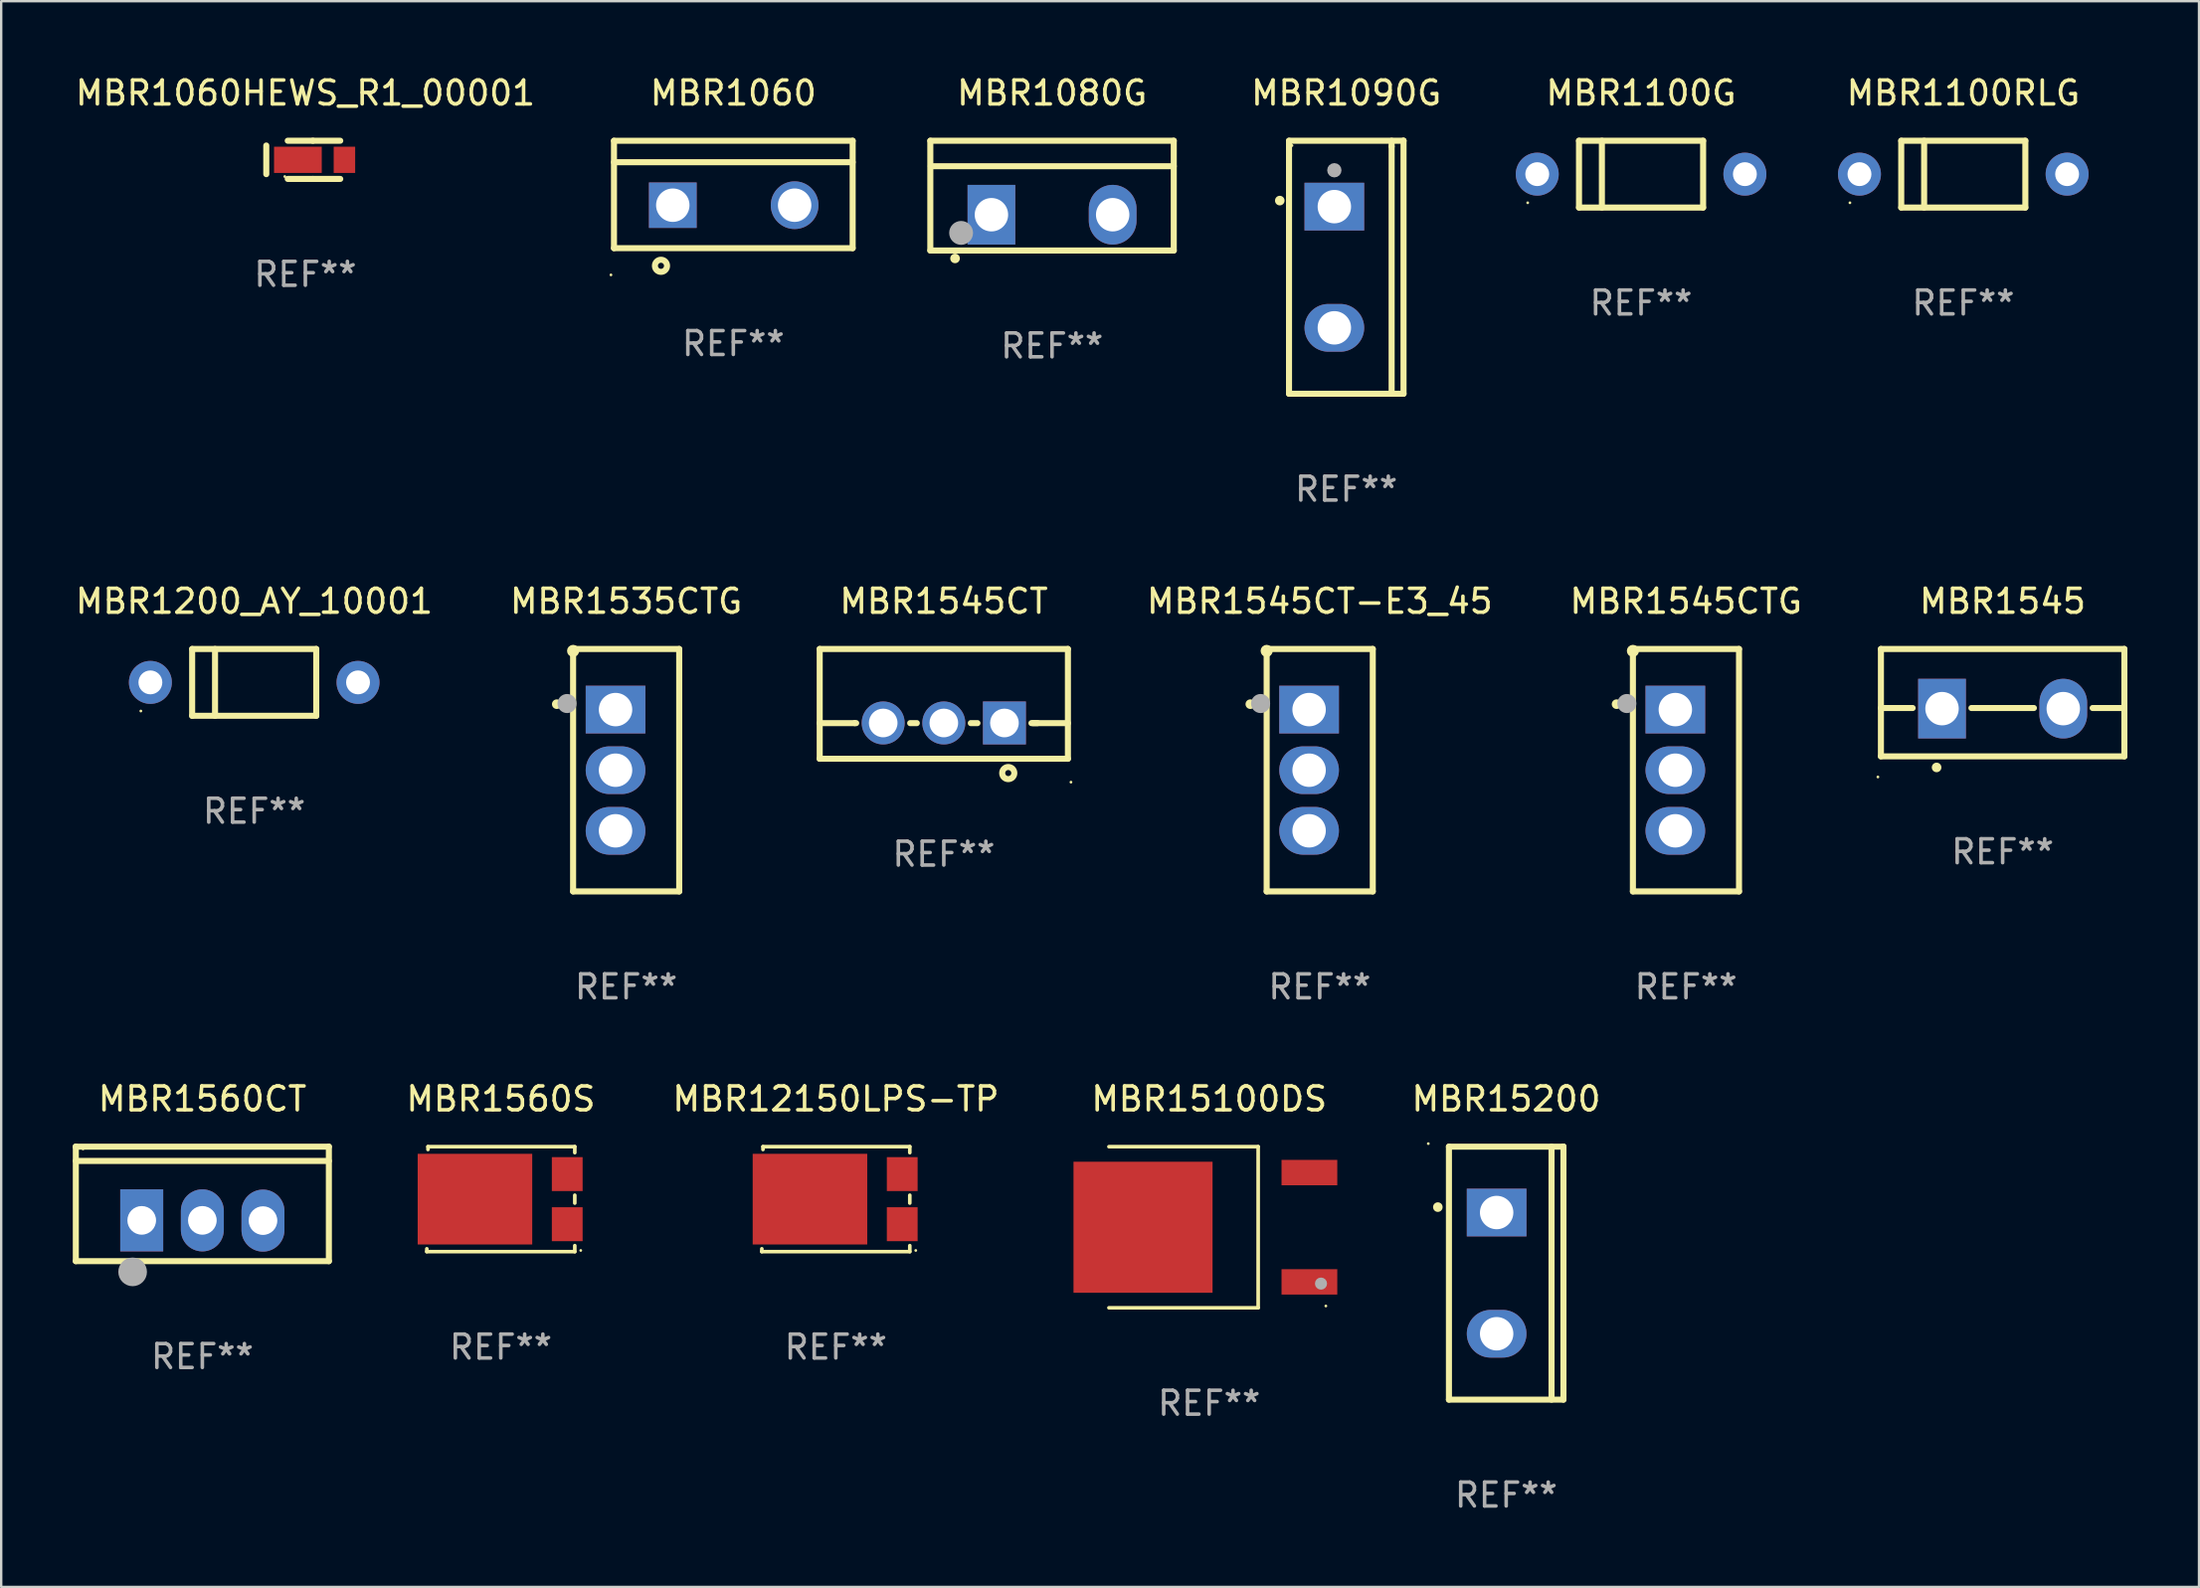
<source format=kicad_pcb>
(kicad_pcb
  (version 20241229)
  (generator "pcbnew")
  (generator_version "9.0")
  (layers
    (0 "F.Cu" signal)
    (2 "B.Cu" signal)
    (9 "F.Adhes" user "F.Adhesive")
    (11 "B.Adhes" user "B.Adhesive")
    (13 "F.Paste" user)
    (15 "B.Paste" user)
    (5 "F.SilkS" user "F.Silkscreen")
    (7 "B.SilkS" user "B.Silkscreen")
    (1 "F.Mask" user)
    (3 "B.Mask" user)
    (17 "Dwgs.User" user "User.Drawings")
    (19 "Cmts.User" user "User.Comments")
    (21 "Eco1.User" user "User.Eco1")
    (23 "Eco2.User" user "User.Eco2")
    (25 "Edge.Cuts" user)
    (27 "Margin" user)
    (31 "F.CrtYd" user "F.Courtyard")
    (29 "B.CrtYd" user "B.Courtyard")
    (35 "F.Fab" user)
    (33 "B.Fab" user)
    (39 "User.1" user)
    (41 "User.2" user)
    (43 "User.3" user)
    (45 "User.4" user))
  (footprint "MBR1060HEWS_R1_00001"
    (layer "F.Cu")
    (at 9.744 3.648)
    (property "Reference" "MBR1060HEWS_R1_00001" (at 0 -2.8 0) (layer "F.SilkS") (effects (font (size 1 1) (thickness 0.15))))
    (attr through_hole)
    (fp_line (start -1.637 -0.6) (end -1.637 0.6) (stroke (width 0.254) (type solid)) (layer "F.SilkS"))
    (fp_line (start -0.738 -0.8) (end 0.314 -0.8) (stroke (width 0.254) (type solid)) (layer "F.SilkS"))
    (fp_line (start -0.738 0.8) (end 0.314 0.8) (stroke (width 0.254) (type solid)) (layer "F.SilkS"))
    (fp_line (start 0.314 0.8) (end 1.462 0.8) (stroke (width 0.254) (type solid)) (layer "F.SilkS"))
    (fp_line (start 0.314 -0.8) (end 1.462 -0.8) (stroke (width 0.254) (type solid)) (layer "F.SilkS"))
    (fp_circle (center -0.862 0.7) (end -0.832 0.7) (stroke (width 0.06) (type solid)) (fill no) (layer "F.SilkS"))
    (fp_text user "REF**" (at 0 4.8 0) (layer "F.Fab") (effects (font (size 1 1) (thickness 0.15))))
    (pad "1" smd rect (at -0.313 -0.000064) (size 2 1.1) (layers "F.Cu" "F.Mask" "F.Paste"))
    (pad "2" smd rect (at 1.637 -0.000064) (size 0.9 1.1) (layers "F.Cu" "F.Mask" "F.Paste")))
  (footprint "MBR1545CT"
    (layer "F.Cu")
    (at 36.494 26.447)
    (property "Reference" "MBR1545CT" (at 0 -4.3 0) (layer "F.SilkS") (effects (font (size 1 1) (thickness 0.15))))
    (attr through_hole)
    (fp_line (start -5.2 -2.3) (end -5.2 2.3) (stroke (width 0.254) (type solid)) (layer "F.SilkS"))
    (fp_line (start -5.2 -2.3) (end 5.2 -2.3) (stroke (width 0.254) (type solid)) (layer "F.SilkS"))
    (fp_line (start -5.2 0.807) (end -3.731 0.807) (stroke (width 0.254) (type solid)) (layer "F.SilkS"))
    (fp_line (start -5.2 2.3) (end 5.2 2.3) (stroke (width 0.254) (type solid)) (layer "F.SilkS"))
    (fp_line (start -3.731 0.807) (end -3.671 0.807) (stroke (width 0.254) (type solid)) (layer "F.SilkS"))
    (fp_line (start -1.409 0.807) (end -1.131 0.807) (stroke (width 0.254) (type solid)) (layer "F.SilkS"))
    (fp_line (start 1.131 0.807) (end 1.409 0.807) (stroke (width 0.254) (type solid)) (layer "F.SilkS"))
    (fp_line (start 3.671 0.807) (end 3.926 0.807) (stroke (width 0.254) (type solid)) (layer "F.SilkS"))
    (fp_line (start 3.731 0.807) (end 5.2 0.807) (stroke (width 0.254) (type solid)) (layer "F.SilkS"))
    (fp_line (start 5.2 -2.3) (end 5.2 2.3) (stroke (width 0.254) (type solid)) (layer "F.SilkS"))
    (fp_circle (center 2.7 2.9) (end 2.954 2.9) (stroke (width 0.254) (type solid)) (fill no) (layer "F.SilkS"))
    (fp_circle (center 5.327 3.281) (end 5.357 3.281) (stroke (width 0.06) (type solid)) (fill no) (layer "F.SilkS"))
    (fp_text user "REF**" (at 0 6.3 0) (layer "F.Fab") (effects (font (size 1 1) (thickness 0.15))))
    (pad "1" thru_hole rect (at 2.54 0.8) (size 1.8 1.8) (drill 1.2) (layers "*.Cu" "*.Mask"))
    (pad "2" thru_hole circle (at 0 0.8) (size 1.8 1.8) (drill 1.2) (layers "*.Cu" "*.Mask"))
    (pad "3" thru_hole circle (at -2.54 0.8) (size 1.8 1.8) (drill 1.2) (layers "*.Cu" "*.Mask")))
  (footprint "MBR12150LPS-TP"
    (layer "F.Cu")
    (at 31.969 47.203)
    (property "Reference" "MBR12150LPS-TP" (at 0 -4.2 0) (layer "F.SilkS") (effects (font (size 1 1) (thickness 0.15))))
    (attr through_hole)
    (fp_line (start -3.1 2.2) (end -3.099 2.08) (stroke (width 0.152) (type solid)) (layer "F.SilkS"))
    (fp_line (start -3.051 -2.08) (end -3.05 -2.2) (stroke (width 0.152) (type solid)) (layer "F.SilkS"))
    (fp_line (start -3.05 -2.2) (end 3.1 -2.2) (stroke (width 0.152) (type solid)) (layer "F.SilkS"))
    (fp_line (start 3.1 -2.2) (end 3.1 -1.948) (stroke (width 0.152) (type solid)) (layer "F.SilkS"))
    (fp_line (start 3.1 -0.165) (end 3.1 0.165) (stroke (width 0.152) (type solid)) (layer "F.SilkS"))
    (fp_line (start 3.1 1.948) (end 3.1 2.2) (stroke (width 0.152) (type solid)) (layer "F.SilkS"))
    (fp_line (start 3.1 2.2) (end -3.1 2.2) (stroke (width 0.152) (type solid)) (layer "F.SilkS"))
    (fp_circle (center 3.35 2.15) (end 3.38 2.15) (stroke (width 0.06) (type solid)) (fill no) (layer "F.SilkS"))
    (fp_text user "REF**" (at 0 6.2 0) (layer "F.Fab") (effects (font (size 1 1) (thickness 0.15))))
    (pad "1" smd rect (at 2.783 1.05) (size 1.29 1.422) (layers "F.Cu" "F.Mask" "F.Paste"))
    (pad "2" smd rect (at 2.783 -1.05) (size 1.29 1.422) (layers "F.Cu" "F.Mask" "F.Paste"))
    (pad "3" smd rect (at -1.083 0 90) (size 3.8 4.8) (layers "F.Cu" "F.Mask" "F.Paste")))
  (footprint "MBR1545"
    (layer "F.Cu")
    (at 80.858 26.397)
    (property "Reference" "MBR1545" (at 0 -4.25 0) (layer "F.SilkS") (effects (font (size 1 1) (thickness 0.15))))
    (attr through_hole)
    (fp_line (start -5.1 -2.25) (end -5.1 2.25) (stroke (width 0.254) (type solid)) (layer "F.SilkS"))
    (fp_line (start -5.1 0.224) (end -3.772 0.224) (stroke (width 0.254) (type solid)) (layer "F.SilkS"))
    (fp_line (start -5.1 2.25) (end 5.1 2.25) (stroke (width 0.254) (type solid)) (layer "F.SilkS"))
    (fp_line (start -1.308 0.224) (end 1.309 0.224) (stroke (width 0.254) (type solid)) (layer "F.SilkS"))
    (fp_line (start 3.771 0.224) (end 5.1 0.224) (stroke (width 0.254) (type solid)) (layer "F.SilkS"))
    (fp_line (start 5.1 -2.25) (end -5.1 -2.25) (stroke (width 0.254) (type solid)) (layer "F.SilkS"))
    (fp_line (start 5.1 -2.25) (end 5.1 2.25) (stroke (width 0.254) (type solid)) (layer "F.SilkS"))
    (fp_arc (start -2.768606 2.713805) (mid -2.767336 2.713801) (end -2.766066 2.713805) (stroke (width 0.4) (type solid)) (layer "F.SilkS"))
    (fp_circle (center -5.227 3.114) (end -5.197 3.114) (stroke (width 0.06) (type solid)) (fill no) (layer "F.SilkS"))
    (fp_text user "REF**" (at 0 6.25 0) (layer "F.Fab") (effects (font (size 1 1) (thickness 0.15))))
    (pad "1" thru_hole rect (at -2.54 0.25) (size 2 2.5) (drill 1.4) (layers "*.Cu" "*.Mask"))
    (pad "3" thru_hole oval (at 2.54 0.25) (size 2 2.5) (drill 1.4) (layers "*.Cu" "*.Mask")))
  (footprint "MBR1200_AY_10001"
    (layer "F.Cu")
    (at 7.601 25.547)
    (property "Reference" "MBR1200_AY_10001" (at 0 -3.4 0) (layer "F.SilkS") (effects (font (size 1 1) (thickness 0.15))))
    (attr through_hole)
    (fp_line (start -2.6 -1.4) (end -2.6 1.4) (stroke (width 0.254) (type solid)) (layer "F.SilkS"))
    (fp_line (start -2.6 -1.4) (end 2.6 -1.4) (stroke (width 0.254) (type solid)) (layer "F.SilkS"))
    (fp_line (start -2.6 1.4) (end 2.6 1.4) (stroke (width 0.254) (type solid)) (layer "F.SilkS"))
    (fp_line (start -1.641 -1.4) (end -1.641 1.4) (stroke (width 0.254) (type solid)) (layer "F.SilkS"))
    (fp_line (start 2.6 -1.4) (end 2.6 1.4) (stroke (width 0.254) (type solid)) (layer "F.SilkS"))
    (fp_circle (center -4.75 1.2) (end -4.72 1.2) (stroke (width 0.06) (type solid)) (fill no) (layer "F.SilkS"))
    (fp_text user "REF**" (at 0 5.4 0) (layer "F.Fab") (effects (font (size 1 1) (thickness 0.15))))
    (pad "1" thru_hole circle (at -4.35 0) (size 1.8 1.8) (drill 1) (layers "*.Cu" "*.Mask"))
    (pad "2" thru_hole circle (at 4.35 0) (size 1.8 1.8) (drill 1) (layers "*.Cu" "*.Mask")))
  (footprint "MBR1535CTG"
    (layer "F.Cu")
    (at 23.185 29.227)
    (property "Reference" "MBR1535CTG" (at 0 -7.08 0) (layer "F.SilkS") (effects (font (size 1 1) (thickness 0.15))))
    (attr through_hole)
    (fp_line (start -2.223 -4.953) (end -2.223 5.08) (stroke (width 0.254) (type solid)) (layer "F.SilkS"))
    (fp_line (start -2.223 5.08) (end 2.223 5.08) (stroke (width 0.254) (type solid)) (layer "F.SilkS"))
    (fp_line (start 2.223 -5.08) (end -2.223 -5.08) (stroke (width 0.254) (type solid)) (layer "F.SilkS"))
    (fp_line (start 2.223 5.08) (end 2.223 -5.08) (stroke (width 0.254) (type solid)) (layer "F.SilkS"))
    (fp_arc (start -2.908306 -2.766066) (mid -2.90831 -2.767336) (end -2.908306 -2.768606) (stroke (width 0.4) (type solid)) (layer "F.SilkS"))
    (fp_circle (center -2.223 -5) (end -2.096 -5) (stroke (width 0.254) (type solid)) (fill no) (layer "F.SilkS"))
    (fp_circle (center -2.477 -2.794) (end -2.277 -2.794) (stroke (width 0.4) (type solid)) (fill no) (layer "F.Fab"))
    (fp_text user "REF**" (at 0 9.08 0) (layer "F.Fab") (effects (font (size 1 1) (thickness 0.15))))
    (pad "1" thru_hole rect (at -0.445 -2.54 270) (size 2 2.5) (drill 1.4) (layers "*.Cu" "*.Mask"))
    (pad "2" thru_hole oval (at -0.445 0 270) (size 2 2.5) (drill 1.4) (layers "*.Cu" "*.Mask"))
    (pad "3" thru_hole oval (at -0.445 2.54 270) (size 2 2.5) (drill 1.4) (layers "*.Cu" "*.Mask")))
  (footprint "MBR15200"
    (layer "F.Cu")
    (at 60.057 50.304)
    (property "Reference" "MBR15200" (at 0 -7.301 0) (layer "F.SilkS") (effects (font (size 1 1) (thickness 0.15))))
    (attr through_hole)
    (fp_line (start -2.399 -5.301) (end 2.394 -5.301) (stroke (width 0.254) (type solid)) (layer "F.SilkS"))
    (fp_line (start -2.399 5.301) (end -2.399 -5.301) (stroke (width 0.254) (type solid)) (layer "F.SilkS"))
    (fp_line (start 1.9 5.3) (end 1.9 -5.3) (stroke (width 0.254) (type solid)) (layer "F.SilkS"))
    (fp_line (start 2.394 -5.301) (end 2.399 -5.301) (stroke (width 0.254) (type solid)) (layer "F.SilkS"))
    (fp_line (start 2.399 -5.301) (end 2.399 5.301) (stroke (width 0.254) (type solid)) (layer "F.SilkS"))
    (fp_line (start 2.399 5.301) (end -2.399 5.301) (stroke (width 0.254) (type solid)) (layer "F.SilkS"))
    (fp_arc (start -2.863843 -2.766066) (mid -2.863847 -2.767336) (end -2.863843 -2.768606) (stroke (width 0.4) (type solid)) (layer "F.SilkS"))
    (fp_circle (center -3.264 -5.428) (end -3.234 -5.428) (stroke (width 0.06) (type solid)) (fill no) (layer "F.SilkS"))
    (fp_text user "REF**" (at 0 9.301 0) (layer "F.Fab") (effects (font (size 1 1) (thickness 0.15))))
    (pad "1" thru_hole rect (at -0.4 -2.54 270) (size 2 2.5) (drill 1.4) (layers "*.Cu" "*.Mask"))
    (pad "2" thru_hole oval (at -0.4 2.54 270) (size 2 2.5) (drill 1.4) (layers "*.Cu" "*.Mask")))
  (footprint "MBR1560CT"
    (layer "F.Cu")
    (at 5.428 47.402)
    (property "Reference" "MBR1560CT" (at 0 -4.399 0) (layer "F.SilkS") (effects (font (size 1 1) (thickness 0.15))))
    (attr through_hole)
    (fp_line (start -5.301 -2.399) (end 5.301 -2.399) (stroke (width 0.254) (type solid)) (layer "F.SilkS"))
    (fp_line (start -5.301 -2.394) (end -5.301 -2.399) (stroke (width 0.254) (type solid)) (layer "F.SilkS"))
    (fp_line (start -5.301 2.399) (end -5.301 -2.394) (stroke (width 0.254) (type solid)) (layer "F.SilkS"))
    (fp_line (start 5.3 -1.8) (end -5.3 -1.8) (stroke (width 0.254) (type solid)) (layer "F.SilkS"))
    (fp_line (start 5.301 -2.399) (end 5.301 2.399) (stroke (width 0.254) (type solid)) (layer "F.SilkS"))
    (fp_line (start 5.301 2.399) (end -5.301 2.399) (stroke (width 0.254) (type solid)) (layer "F.SilkS"))
    (fp_arc (start -2.769977 3.025032) (mid -2.768707 3.025028) (end -2.767437 3.025032) (stroke (width 0.4) (type solid)) (layer "F.SilkS"))
    (fp_circle (center -5 -2.305) (end -4.97 -2.305) (stroke (width 0.06) (type solid)) (fill no) (layer "F.SilkS"))
    (fp_circle (center -2.921 2.849) (end -2.621 2.849) (stroke (width 0.6) (type solid)) (fill no) (layer "F.Fab"))
    (fp_text user "REF**" (at 0 6.399 0) (layer "F.Fab") (effects (font (size 1 1) (thickness 0.15))))
    (pad "1" thru_hole rect (at -2.54 0.69) (size 1.8 2.6) (drill 1.2) (layers "*.Cu" "*.Mask"))
    (pad "2" thru_hole oval (at 0 0.69) (size 1.8 2.6) (drill 1.2) (layers "*.Cu" "*.Mask"))
    (pad "3" thru_hole oval (at 2.54 0.7) (size 1.8 2.6) (drill 1.2) (layers "*.Cu" "*.Mask")))
  (footprint "MBR1090G"
    (layer "F.Cu")
    (at 53.357 8.149)
    (property "Reference" "MBR1090G" (at 0 -7.301 0) (layer "F.SilkS") (effects (font (size 1 1) (thickness 0.15))))
    (attr through_hole)
    (fp_line (start -2.399 -5.301) (end 2.394 -5.301) (stroke (width 0.254) (type solid)) (layer "F.SilkS"))
    (fp_line (start -2.399 5.301) (end -2.399 -5.301) (stroke (width 0.254) (type solid)) (layer "F.SilkS"))
    (fp_line (start 1.9 -5.061) (end 1.9 -5.3) (stroke (width 0.254) (type solid)) (layer "F.SilkS"))
    (fp_line (start 1.9 5.3) (end 1.9 -5.061) (stroke (width 0.254) (type solid)) (layer "F.SilkS"))
    (fp_line (start 2.394 -5.301) (end 2.399 -5.301) (stroke (width 0.254) (type solid)) (layer "F.SilkS"))
    (fp_line (start 2.399 -5.301) (end 2.399 5.301) (stroke (width 0.254) (type solid)) (layer "F.SilkS"))
    (fp_line (start 2.399 5.301) (end -2.399 5.301) (stroke (width 0.254) (type solid)) (layer "F.SilkS"))
    (fp_arc (start -2.786043 -2.791466) (mid -2.786047 -2.792736) (end -2.786043 -2.794006) (stroke (width 0.4) (type solid)) (layer "F.SilkS"))
    (fp_circle (center -2.275 -5.1) (end -2.245 -5.1) (stroke (width 0.06) (type solid)) (fill no) (layer "F.SilkS"))
    (fp_circle (center -0.5 -4.064) (end -0.35 -4.064) (stroke (width 0.3) (type solid)) (fill no) (layer "F.Fab"))
    (fp_text user "REF**" (at 0 9.301 0) (layer "F.Fab") (effects (font (size 1 1) (thickness 0.15))))
    (pad "1" thru_hole rect (at -0.5 -2.54 270) (size 2 2.5) (drill 1.4) (layers "*.Cu" "*.Mask"))
    (pad "3" thru_hole oval (at -0.5 2.54 270) (size 2 2.5) (drill 1.4) (layers "*.Cu" "*.Mask")))
  (footprint "MBR1080G"
    (layer "F.Cu")
    (at 41.029 5.148)
    (property "Reference" "MBR1080G" (at 0 -4.3 0) (layer "F.SilkS") (effects (font (size 1 1) (thickness 0.15))))
    (attr through_hole)
    (fp_line (start -5.1 -2.3) (end -5.1 2.3) (stroke (width 0.254) (type solid)) (layer "F.SilkS"))
    (fp_line (start -5.1 2.3) (end 5.1 2.3) (stroke (width 0.254) (type solid)) (layer "F.SilkS"))
    (fp_line (start -5.08 -1.232) (end 5.1 -1.232) (stroke (width 0.254) (type solid)) (layer "F.SilkS"))
    (fp_line (start 5.1 -2.3) (end -5.1 -2.3) (stroke (width 0.254) (type solid)) (layer "F.SilkS"))
    (fp_line (start 5.1 -2.3) (end 5.1 2.3) (stroke (width 0.254) (type solid)) (layer "F.SilkS"))
    (fp_arc (start -4.065278 2.632004) (mid -4.064008 2.632) (end -4.062738 2.632004) (stroke (width 0.4) (type solid)) (layer "F.SilkS"))
    (fp_circle (center -5.1 2.32) (end -5.07 2.32) (stroke (width 0.06) (type solid)) (fill no) (layer "F.SilkS"))
    (fp_circle (center -3.81 1.562) (end -3.56 1.562) (stroke (width 0.5) (type solid)) (fill no) (layer "F.Fab"))
    (fp_text user "REF**" (at 0 6.3 0) (layer "F.Fab") (effects (font (size 1 1) (thickness 0.15))))
    (pad "1" thru_hole rect (at -2.54 0.8) (size 2 2.5) (drill 1.4) (layers "*.Cu" "*.Mask"))
    (pad "2" thru_hole oval (at 2.54 0.8) (size 2 2.5) (drill 1.4) (layers "*.Cu" "*.Mask")))
  (footprint "MBR1100G"
    (layer "F.Cu")
    (at 65.708 4.248)
    (property "Reference" "MBR1100G" (at 0 -3.4 0) (layer "F.SilkS") (effects (font (size 1 1) (thickness 0.15))))
    (attr through_hole)
    (fp_line (start -2.6 -1.4) (end -2.6 1.4) (stroke (width 0.254) (type solid)) (layer "F.SilkS"))
    (fp_line (start -2.6 -1.4) (end 2.6 -1.4) (stroke (width 0.254) (type solid)) (layer "F.SilkS"))
    (fp_line (start -2.6 1.4) (end 2.6 1.4) (stroke (width 0.254) (type solid)) (layer "F.SilkS"))
    (fp_line (start -1.641 -1.4) (end -1.641 1.4) (stroke (width 0.254) (type solid)) (layer "F.SilkS"))
    (fp_line (start 2.6 -1.4) (end 2.6 1.4) (stroke (width 0.254) (type solid)) (layer "F.SilkS"))
    (fp_circle (center -4.75 1.2) (end -4.72 1.2) (stroke (width 0.06) (type solid)) (fill no) (layer "F.SilkS"))
    (fp_text user "REF**" (at 0 5.4 0) (layer "F.Fab") (effects (font (size 1 1) (thickness 0.15))))
    (pad "1" thru_hole circle (at -4.35 0) (size 1.8 1.8) (drill 1) (layers "*.Cu" "*.Mask"))
    (pad "2" thru_hole circle (at 4.35 0) (size 1.8 1.8) (drill 1) (layers "*.Cu" "*.Mask")))
  (footprint "MBR1560S"
    (layer "F.Cu")
    (at 17.933 47.203)
    (property "Reference" "MBR1560S" (at 0 -4.2 0) (layer "F.SilkS") (effects (font (size 1 1) (thickness 0.15))))
    (attr through_hole)
    (fp_line (start -3.1 2.2) (end -3.099 2.08) (stroke (width 0.152) (type solid)) (layer "F.SilkS"))
    (fp_line (start -3.051 -2.08) (end -3.05 -2.2) (stroke (width 0.152) (type solid)) (layer "F.SilkS"))
    (fp_line (start -3.05 -2.2) (end 3.1 -2.2) (stroke (width 0.152) (type solid)) (layer "F.SilkS"))
    (fp_line (start 3.1 -2.2) (end 3.1 -1.948) (stroke (width 0.152) (type solid)) (layer "F.SilkS"))
    (fp_line (start 3.1 -0.165) (end 3.1 0.165) (stroke (width 0.152) (type solid)) (layer "F.SilkS"))
    (fp_line (start 3.1 1.948) (end 3.1 2.2) (stroke (width 0.152) (type solid)) (layer "F.SilkS"))
    (fp_line (start 3.1 2.2) (end -3.1 2.2) (stroke (width 0.152) (type solid)) (layer "F.SilkS"))
    (fp_circle (center 3.35 2.15) (end 3.38 2.15) (stroke (width 0.06) (type solid)) (fill no) (layer "F.SilkS"))
    (fp_text user "REF**" (at 0 6.2 0) (layer "F.Fab") (effects (font (size 1 1) (thickness 0.15))))
    (pad "1" smd rect (at 2.783 1.05) (size 1.29 1.422) (layers "F.Cu" "F.Mask" "F.Paste"))
    (pad "2" smd rect (at 2.783 -1.05) (size 1.29 1.422) (layers "F.Cu" "F.Mask" "F.Paste"))
    (pad "3" smd rect (at -1.083 0 90) (size 3.8 4.8) (layers "F.Cu" "F.Mask" "F.Paste")))
  (footprint "MBR1545CT-E3_45"
    (layer "F.Cu")
    (at 52.244 29.227)
    (property "Reference" "MBR1545CT-E3_45" (at 0 -7.08 0) (layer "F.SilkS") (effects (font (size 1 1) (thickness 0.15))))
    (attr through_hole)
    (fp_line (start -2.223 -4.953) (end -2.223 5.08) (stroke (width 0.254) (type solid)) (layer "F.SilkS"))
    (fp_line (start -2.223 5.08) (end 2.223 5.08) (stroke (width 0.254) (type solid)) (layer "F.SilkS"))
    (fp_line (start 2.223 -5.08) (end -2.223 -5.08) (stroke (width 0.254) (type solid)) (layer "F.SilkS"))
    (fp_line (start 2.223 5.08) (end 2.223 -5.08) (stroke (width 0.254) (type solid)) (layer "F.SilkS"))
    (fp_arc (start -2.908306 -2.766066) (mid -2.90831 -2.767336) (end -2.908306 -2.768606) (stroke (width 0.4) (type solid)) (layer "F.SilkS"))
    (fp_circle (center -2.223 -5) (end -2.096 -5) (stroke (width 0.254) (type solid)) (fill no) (layer "F.SilkS"))
    (fp_circle (center -2.477 -2.794) (end -2.277 -2.794) (stroke (width 0.4) (type solid)) (fill no) (layer "F.Fab"))
    (fp_text user "REF**" (at 0 9.08 0) (layer "F.Fab") (effects (font (size 1 1) (thickness 0.15))))
    (pad "1" thru_hole rect (at -0.445 -2.54 270) (size 2 2.5) (drill 1.4) (layers "*.Cu" "*.Mask"))
    (pad "2" thru_hole oval (at -0.445 0 270) (size 2 2.5) (drill 1.4) (layers "*.Cu" "*.Mask"))
    (pad "3" thru_hole oval (at -0.445 2.54 270) (size 2 2.5) (drill 1.4) (layers "*.Cu" "*.Mask")))
  (footprint "MBR15100DS"
    (layer "F.Cu")
    (at 47.612 48.38)
    (property "Reference" "MBR15100DS" (at 0 -5.376 0) (layer "F.SilkS") (effects (font (size 1 1) (thickness 0.15))))
    (attr through_hole)
    (fp_line (start -4.2 -3.376) (end 2.053 -3.376) (stroke (width 0.152) (type solid)) (layer "F.SilkS"))
    (fp_line (start -4.2 3.376) (end 2.053 3.376) (stroke (width 0.152) (type solid)) (layer "F.SilkS"))
    (fp_line (start 2.053 3.376) (end 2.053 -3.376) (stroke (width 0.152) (type solid)) (layer "F.SilkS"))
    (fp_circle (center 4.889 3.3) (end 4.919 3.3) (stroke (width 0.06) (type solid)) (fill no) (layer "F.SilkS"))
    (fp_circle (center 4.686 2.362) (end 4.813 2.362) (stroke (width 0.254) (type solid)) (fill no) (layer "F.Fab"))
    (fp_text user "REF**" (at 0 7.376 0) (layer "F.Fab") (effects (font (size 1 1) (thickness 0.15))))
    (pad "1" smd rect (at 4.2 2.29) (size 2.336 1.064) (layers "F.Cu" "F.Mask" "F.Paste"))
    (pad "3" smd rect (at 4.2 -2.29) (size 2.336 1.064) (layers "F.Cu" "F.Mask" "F.Paste"))
    (pad "4" smd rect (at -2.771 0) (size 5.826 5.491) (layers "F.Cu" "F.Mask" "F.Paste")))
  (footprint "MBR1060"
    (layer "F.Cu")
    (at 27.675 5.099)
    (property "Reference" "MBR1060" (at 0 -4.25 0) (layer "F.SilkS") (effects (font (size 1 1) (thickness 0.15))))
    (attr through_hole)
    (fp_line (start -5 -2.25) (end 5 -2.25) (stroke (width 0.254) (type solid)) (layer "F.SilkS"))
    (fp_line (start -5 -1.351) (end 5 -1.351) (stroke (width 0.254) (type solid)) (layer "F.SilkS"))
    (fp_line (start -5 2.25) (end -5 -2.25) (stroke (width 0.254) (type solid)) (layer "F.SilkS"))
    (fp_line (start -5 2.25) (end 5 2.25) (stroke (width 0.254) (type solid)) (layer "F.SilkS"))
    (fp_line (start 5 2.25) (end 5 -2.25) (stroke (width 0.254) (type solid)) (layer "F.SilkS"))
    (fp_circle (center -5.127 3.371) (end -5.097 3.371) (stroke (width 0.06) (type solid)) (fill no) (layer "F.SilkS"))
    (fp_circle (center -3.031 2.99) (end -2.777 2.99) (stroke (width 0.254) (type solid)) (fill no) (layer "F.SilkS"))
    (fp_text user "REF**" (at 0 6.25 0) (layer "F.Fab") (effects (font (size 1 1) (thickness 0.15))))
    (pad "1" thru_hole rect (at -2.536 0.45 90) (size 1.905 2) (drill 1.4) (layers "*.Cu" "*.Mask"))
    (pad "3" thru_hole circle (at 2.569 0.45) (size 2 2) (drill 1.4) (layers "*.Cu" "*.Mask")))
  (footprint "MBR1545CTG"
    (layer "F.Cu")
    (at 67.589 29.227)
    (property "Reference" "MBR1545CTG" (at 0 -7.08 0) (layer "F.SilkS") (effects (font (size 1 1) (thickness 0.15))))
    (attr through_hole)
    (fp_line (start -2.223 -4.953) (end -2.223 5.08) (stroke (width 0.254) (type solid)) (layer "F.SilkS"))
    (fp_line (start -2.223 5.08) (end 2.223 5.08) (stroke (width 0.254) (type solid)) (layer "F.SilkS"))
    (fp_line (start 2.223 -5.08) (end -2.223 -5.08) (stroke (width 0.254) (type solid)) (layer "F.SilkS"))
    (fp_line (start 2.223 5.08) (end 2.223 -5.08) (stroke (width 0.254) (type solid)) (layer "F.SilkS"))
    (fp_arc (start -2.908306 -2.766066) (mid -2.90831 -2.767336) (end -2.908306 -2.768606) (stroke (width 0.4) (type solid)) (layer "F.SilkS"))
    (fp_circle (center -2.223 -5) (end -2.096 -5) (stroke (width 0.254) (type solid)) (fill no) (layer "F.SilkS"))
    (fp_circle (center -2.477 -2.794) (end -2.277 -2.794) (stroke (width 0.4) (type solid)) (fill no) (layer "F.Fab"))
    (fp_text user "REF**" (at 0 9.08 0) (layer "F.Fab") (effects (font (size 1 1) (thickness 0.15))))
    (pad "1" thru_hole rect (at -0.445 -2.54 270) (size 2 2.5) (drill 1.4) (layers "*.Cu" "*.Mask"))
    (pad "2" thru_hole oval (at -0.445 0 270) (size 2 2.5) (drill 1.4) (layers "*.Cu" "*.Mask"))
    (pad "3" thru_hole oval (at -0.445 2.54 270) (size 2 2.5) (drill 1.4) (layers "*.Cu" "*.Mask")))
  (footprint "MBR1100RLG"
    (layer "F.Cu")
    (at 79.209 4.248)
    (property "Reference" "MBR1100RLG" (at 0 -3.4 0) (layer "F.SilkS") (effects (font (size 1 1) (thickness 0.15))))
    (attr through_hole)
    (fp_line (start -2.6 -1.4) (end -2.6 1.4) (stroke (width 0.254) (type solid)) (layer "F.SilkS"))
    (fp_line (start -2.6 -1.4) (end 2.6 -1.4) (stroke (width 0.254) (type solid)) (layer "F.SilkS"))
    (fp_line (start -2.6 1.4) (end 2.6 1.4) (stroke (width 0.254) (type solid)) (layer "F.SilkS"))
    (fp_line (start -1.641 -1.4) (end -1.641 1.4) (stroke (width 0.254) (type solid)) (layer "F.SilkS"))
    (fp_line (start 2.6 -1.4) (end 2.6 1.4) (stroke (width 0.254) (type solid)) (layer "F.SilkS"))
    (fp_circle (center -4.75 1.2) (end -4.72 1.2) (stroke (width 0.06) (type solid)) (fill no) (layer "F.SilkS"))
    (fp_text user "REF**" (at 0 5.4 0) (layer "F.Fab") (effects (font (size 1 1) (thickness 0.15))))
    (pad "1" thru_hole circle (at -4.35 0) (size 1.8 1.8) (drill 1) (layers "*.Cu" "*.Mask"))
    (pad "2" thru_hole circle (at 4.35 0) (size 1.8 1.8) (drill 1) (layers "*.Cu" "*.Mask")))
  (gr_rect
    (start -3 -3)
    (end 89.085 63.454)
    (stroke (width 0.1) (type default))
    (fill no)
    (layer "Edge.Cuts")))
</source>
